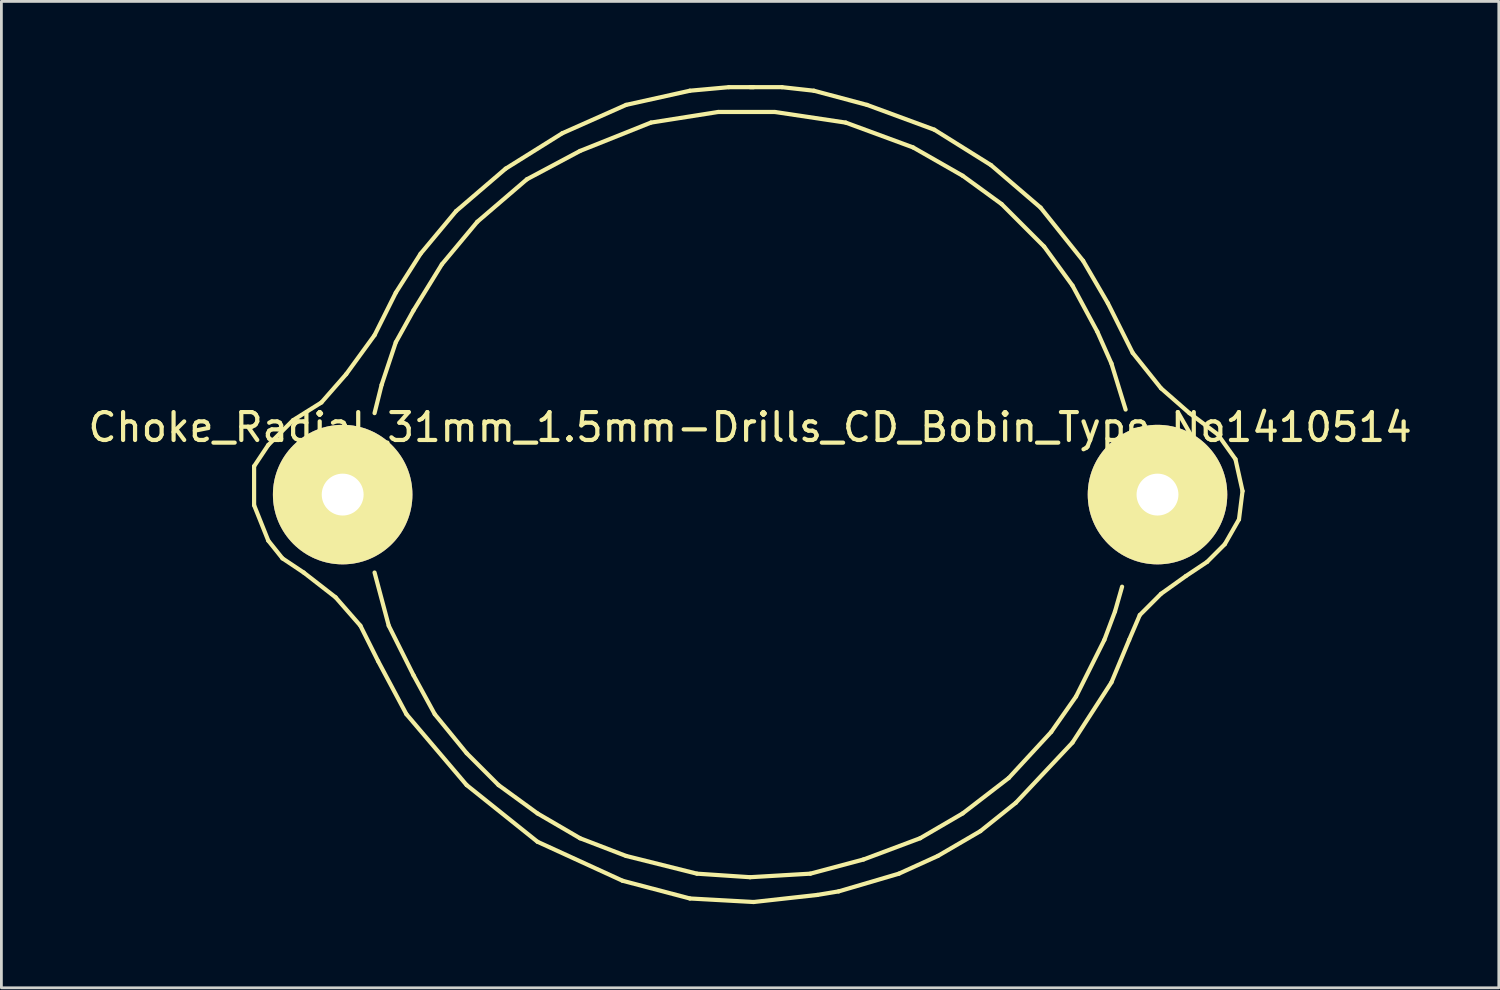
<source format=kicad_pcb>
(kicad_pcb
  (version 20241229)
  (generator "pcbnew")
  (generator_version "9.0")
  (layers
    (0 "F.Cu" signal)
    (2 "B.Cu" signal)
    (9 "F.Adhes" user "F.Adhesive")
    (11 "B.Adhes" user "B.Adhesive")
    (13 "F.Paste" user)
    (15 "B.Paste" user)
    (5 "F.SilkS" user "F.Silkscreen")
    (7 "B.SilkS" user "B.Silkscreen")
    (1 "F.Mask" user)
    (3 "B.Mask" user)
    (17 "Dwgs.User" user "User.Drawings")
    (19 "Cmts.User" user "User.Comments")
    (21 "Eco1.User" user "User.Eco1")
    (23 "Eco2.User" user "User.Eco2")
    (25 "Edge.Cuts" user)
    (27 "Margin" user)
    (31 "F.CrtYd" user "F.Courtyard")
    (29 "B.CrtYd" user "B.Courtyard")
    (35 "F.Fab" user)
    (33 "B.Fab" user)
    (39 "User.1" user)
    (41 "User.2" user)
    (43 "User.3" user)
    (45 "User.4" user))
  (footprint "Choke_Radial_31mm_1.5mm-Drills_CD_Bobin_Type_No1410514"
    (layer "F.Cu")
    (at 23.839 14.68)
    (property "Reference" "Choke_Radial_31mm_1.5mm-Drills_CD_Bobin_Type_No1410514" (at 0 -2.413 0) (layer "F.SilkS") (effects (font (size 1 1) (thickness 0.15))))
    (attr through_hole)
    (fp_line (start -17.78 -1.016) (end -17.272 -1.778) (stroke (width 0.15) (type solid)) (layer "F.SilkS"))
    (fp_line (start -17.78 0.381) (end -17.78 -1.016) (stroke (width 0.15) (type solid)) (layer "F.SilkS"))
    (fp_line (start -17.272 -1.778) (end -16.383 -2.667) (stroke (width 0.15) (type solid)) (layer "F.SilkS"))
    (fp_line (start -17.272 1.651) (end -17.78 0.381) (stroke (width 0.15) (type solid)) (layer "F.SilkS"))
    (fp_line (start -16.764 2.286) (end -17.272 1.651) (stroke (width 0.15) (type solid)) (layer "F.SilkS"))
    (fp_line (start -16.383 -2.667) (end -15.367 -3.302) (stroke (width 0.15) (type solid)) (layer "F.SilkS"))
    (fp_line (start -16.002 2.794) (end -16.764 2.286) (stroke (width 0.15) (type solid)) (layer "F.SilkS"))
    (fp_line (start -15.367 -3.302) (end -14.478 -4.318) (stroke (width 0.15) (type solid)) (layer "F.SilkS"))
    (fp_line (start -14.859 3.683) (end -16.002 2.794) (stroke (width 0.15) (type solid)) (layer "F.SilkS"))
    (fp_line (start -14.478 -4.318) (end -13.462 -5.715) (stroke (width 0.15) (type solid)) (layer "F.SilkS"))
    (fp_line (start -13.97 4.699) (end -14.859 3.683) (stroke (width 0.15) (type solid)) (layer "F.SilkS"))
    (fp_line (start -13.462 -5.715) (end -12.7 -7.239) (stroke (width 0.15) (type solid)) (layer "F.SilkS"))
    (fp_line (start -13.462 -2.921) (end -13.208 -3.937) (stroke (width 0.15) (type solid)) (layer "F.SilkS"))
    (fp_line (start -13.335 5.969) (end -13.97 4.699) (stroke (width 0.15) (type solid)) (layer "F.SilkS"))
    (fp_line (start -13.208 -3.937) (end -12.7 -5.461) (stroke (width 0.15) (type solid)) (layer "F.SilkS"))
    (fp_line (start -12.954 4.699) (end -13.462 2.794) (stroke (width 0.15) (type solid)) (layer "F.SilkS"))
    (fp_line (start -12.7 -7.239) (end -11.811 -8.636) (stroke (width 0.15) (type solid)) (layer "F.SilkS"))
    (fp_line (start -12.7 -5.461) (end -12.065 -6.604) (stroke (width 0.15) (type solid)) (layer "F.SilkS"))
    (fp_line (start -12.319 7.874) (end -13.335 5.969) (stroke (width 0.15) (type solid)) (layer "F.SilkS"))
    (fp_line (start -12.065 -6.604) (end -11.049 -8.255) (stroke (width 0.15) (type solid)) (layer "F.SilkS"))
    (fp_line (start -12.065 6.477) (end -12.954 4.699) (stroke (width 0.15) (type solid)) (layer "F.SilkS"))
    (fp_line (start -11.811 -8.636) (end -10.541 -10.16) (stroke (width 0.15) (type solid)) (layer "F.SilkS"))
    (fp_line (start -11.303 7.874) (end -12.065 6.477) (stroke (width 0.15) (type solid)) (layer "F.SilkS"))
    (fp_line (start -11.049 -8.255) (end -9.779 -9.779) (stroke (width 0.15) (type solid)) (layer "F.SilkS"))
    (fp_line (start -10.541 -10.16) (end -8.763 -11.684) (stroke (width 0.15) (type solid)) (layer "F.SilkS"))
    (fp_line (start -10.16 9.271) (end -11.303 7.874) (stroke (width 0.15) (type solid)) (layer "F.SilkS"))
    (fp_line (start -10.16 10.414) (end -12.319 7.874) (stroke (width 0.15) (type solid)) (layer "F.SilkS"))
    (fp_line (start -9.779 -9.779) (end -8.001 -11.303) (stroke (width 0.15) (type solid)) (layer "F.SilkS"))
    (fp_line (start -9.017 10.414) (end -10.16 9.271) (stroke (width 0.15) (type solid)) (layer "F.SilkS"))
    (fp_line (start -8.763 -11.684) (end -6.731 -12.954) (stroke (width 0.15) (type solid)) (layer "F.SilkS"))
    (fp_line (start -8.001 -11.303) (end -6.096 -12.319) (stroke (width 0.15) (type solid)) (layer "F.SilkS"))
    (fp_line (start -7.62 11.43) (end -9.017 10.414) (stroke (width 0.15) (type solid)) (layer "F.SilkS"))
    (fp_line (start -7.62 12.446) (end -10.16 10.414) (stroke (width 0.15) (type solid)) (layer "F.SilkS"))
    (fp_line (start -6.731 -12.954) (end -4.445 -13.97) (stroke (width 0.15) (type solid)) (layer "F.SilkS"))
    (fp_line (start -6.096 -12.319) (end -3.556 -13.335) (stroke (width 0.15) (type solid)) (layer "F.SilkS"))
    (fp_line (start -6.096 12.319) (end -7.62 11.43) (stroke (width 0.15) (type solid)) (layer "F.SilkS"))
    (fp_line (start -4.572 13.843) (end -7.62 12.446) (stroke (width 0.15) (type solid)) (layer "F.SilkS"))
    (fp_line (start -4.445 -13.97) (end -2.159 -14.478) (stroke (width 0.15) (type solid)) (layer "F.SilkS"))
    (fp_line (start -4.445 12.954) (end -6.096 12.319) (stroke (width 0.15) (type solid)) (layer "F.SilkS"))
    (fp_line (start -3.556 -13.335) (end -1.143 -13.716) (stroke (width 0.15) (type solid)) (layer "F.SilkS"))
    (fp_line (start -2.159 -14.478) (end -0.762 -14.605) (stroke (width 0.15) (type solid)) (layer "F.SilkS"))
    (fp_line (start -2.159 14.478) (end -4.572 13.843) (stroke (width 0.15) (type solid)) (layer "F.SilkS"))
    (fp_line (start -1.905 13.589) (end -4.445 12.954) (stroke (width 0.15) (type solid)) (layer "F.SilkS"))
    (fp_line (start -1.143 -13.716) (end 0.889 -13.716) (stroke (width 0.15) (type solid)) (layer "F.SilkS"))
    (fp_line (start -0.762 -14.605) (end 0.127 -14.605) (stroke (width 0.15) (type solid)) (layer "F.SilkS"))
    (fp_line (start 0 -14.605) (end 1.143 -14.605) (stroke (width 0.15) (type solid)) (layer "F.SilkS"))
    (fp_line (start 0 13.716) (end -1.905 13.589) (stroke (width 0.15) (type solid)) (layer "F.SilkS"))
    (fp_line (start 0.127 14.605) (end -2.159 14.478) (stroke (width 0.15) (type solid)) (layer "F.SilkS"))
    (fp_line (start 0.889 -13.716) (end 3.429 -13.335) (stroke (width 0.15) (type solid)) (layer "F.SilkS"))
    (fp_line (start 1.143 -14.605) (end 2.286 -14.478) (stroke (width 0.15) (type solid)) (layer "F.SilkS"))
    (fp_line (start 2.159 13.589) (end 0 13.716) (stroke (width 0.15) (type solid)) (layer "F.SilkS"))
    (fp_line (start 2.286 -14.478) (end 4.191 -13.97) (stroke (width 0.15) (type solid)) (layer "F.SilkS"))
    (fp_line (start 2.413 14.351) (end 0.127 14.605) (stroke (width 0.15) (type solid)) (layer "F.SilkS"))
    (fp_line (start 3.175 14.224) (end 2.413 14.351) (stroke (width 0.15) (type solid)) (layer "F.SilkS"))
    (fp_line (start 3.429 -13.335) (end 5.842 -12.446) (stroke (width 0.15) (type solid)) (layer "F.SilkS"))
    (fp_line (start 4.064 13.081) (end 2.159 13.589) (stroke (width 0.15) (type solid)) (layer "F.SilkS"))
    (fp_line (start 4.191 -13.97) (end 6.604 -13.081) (stroke (width 0.15) (type solid)) (layer "F.SilkS"))
    (fp_line (start 5.334 13.589) (end 3.175 14.224) (stroke (width 0.15) (type solid)) (layer "F.SilkS"))
    (fp_line (start 5.842 -12.446) (end 7.62 -11.43) (stroke (width 0.15) (type solid)) (layer "F.SilkS"))
    (fp_line (start 6.096 12.319) (end 4.064 13.081) (stroke (width 0.15) (type solid)) (layer "F.SilkS"))
    (fp_line (start 6.604 -13.081) (end 8.636 -11.811) (stroke (width 0.15) (type solid)) (layer "F.SilkS"))
    (fp_line (start 6.731 12.954) (end 5.334 13.589) (stroke (width 0.15) (type solid)) (layer "F.SilkS"))
    (fp_line (start 7.62 -11.43) (end 9.017 -10.414) (stroke (width 0.15) (type solid)) (layer "F.SilkS"))
    (fp_line (start 7.62 11.43) (end 6.096 12.319) (stroke (width 0.15) (type solid)) (layer "F.SilkS"))
    (fp_line (start 8.255 12.065) (end 6.731 12.954) (stroke (width 0.15) (type solid)) (layer "F.SilkS"))
    (fp_line (start 8.636 -11.811) (end 10.414 -10.287) (stroke (width 0.15) (type solid)) (layer "F.SilkS"))
    (fp_line (start 9.017 -10.414) (end 10.541 -8.89) (stroke (width 0.15) (type solid)) (layer "F.SilkS"))
    (fp_line (start 9.271 10.16) (end 7.62 11.43) (stroke (width 0.15) (type solid)) (layer "F.SilkS"))
    (fp_line (start 9.525 11.049) (end 8.255 12.065) (stroke (width 0.15) (type solid)) (layer "F.SilkS"))
    (fp_line (start 10.414 -10.287) (end 11.938 -8.382) (stroke (width 0.15) (type solid)) (layer "F.SilkS"))
    (fp_line (start 10.541 -8.89) (end 11.557 -7.493) (stroke (width 0.15) (type solid)) (layer "F.SilkS"))
    (fp_line (start 10.795 8.509) (end 9.271 10.16) (stroke (width 0.15) (type solid)) (layer "F.SilkS"))
    (fp_line (start 11.557 -7.493) (end 12.446 -5.842) (stroke (width 0.15) (type solid)) (layer "F.SilkS"))
    (fp_line (start 11.557 8.89) (end 9.525 11.049) (stroke (width 0.15) (type solid)) (layer "F.SilkS"))
    (fp_line (start 11.684 7.239) (end 10.795 8.509) (stroke (width 0.15) (type solid)) (layer "F.SilkS"))
    (fp_line (start 11.938 -8.382) (end 12.827 -6.858) (stroke (width 0.15) (type solid)) (layer "F.SilkS"))
    (fp_line (start 12.446 -5.842) (end 12.954 -4.699) (stroke (width 0.15) (type solid)) (layer "F.SilkS"))
    (fp_line (start 12.7 5.207) (end 11.684 7.239) (stroke (width 0.15) (type solid)) (layer "F.SilkS"))
    (fp_line (start 12.827 -6.858) (end 13.716 -5.08) (stroke (width 0.15) (type solid)) (layer "F.SilkS"))
    (fp_line (start 12.954 -4.699) (end 13.462 -3.048) (stroke (width 0.15) (type solid)) (layer "F.SilkS"))
    (fp_line (start 12.954 6.731) (end 11.557 8.89) (stroke (width 0.15) (type solid)) (layer "F.SilkS"))
    (fp_line (start 13.081 4.191) (end 12.7 5.207) (stroke (width 0.15) (type solid)) (layer "F.SilkS"))
    (fp_line (start 13.335 3.302) (end 13.081 4.191) (stroke (width 0.15) (type solid)) (layer "F.SilkS"))
    (fp_line (start 13.589 5.207) (end 12.954 6.731) (stroke (width 0.15) (type solid)) (layer "F.SilkS"))
    (fp_line (start 13.716 -5.08) (end 14.732 -3.81) (stroke (width 0.15) (type solid)) (layer "F.SilkS"))
    (fp_line (start 13.97 4.318) (end 13.589 5.207) (stroke (width 0.15) (type solid)) (layer "F.SilkS"))
    (fp_line (start 14.732 -3.81) (end 15.748 -2.921) (stroke (width 0.15) (type solid)) (layer "F.SilkS"))
    (fp_line (start 14.732 3.556) (end 13.97 4.318) (stroke (width 0.15) (type solid)) (layer "F.SilkS"))
    (fp_line (start 15.621 2.921) (end 14.732 3.556) (stroke (width 0.15) (type solid)) (layer "F.SilkS"))
    (fp_line (start 15.748 -2.921) (end 16.764 -2.159) (stroke (width 0.15) (type solid)) (layer "F.SilkS"))
    (fp_line (start 16.383 2.413) (end 15.621 2.921) (stroke (width 0.15) (type solid)) (layer "F.SilkS"))
    (fp_line (start 16.764 -2.159) (end 17.399 -1.27) (stroke (width 0.15) (type solid)) (layer "F.SilkS"))
    (fp_line (start 17.018 1.778) (end 16.383 2.413) (stroke (width 0.15) (type solid)) (layer "F.SilkS"))
    (fp_line (start 17.399 -1.27) (end 17.653 -0.127) (stroke (width 0.15) (type solid)) (layer "F.SilkS"))
    (fp_line (start 17.526 0.889) (end 17.018 1.778) (stroke (width 0.15) (type solid)) (layer "F.SilkS"))
    (fp_line (start 17.653 -0.127) (end 17.526 0.889) (stroke (width 0.15) (type solid)) (layer "F.SilkS"))
    (pad "1" thru_hole circle (at 14.605 0) (size 5.001 5.001) (drill 1.501) (layers "*.Cu" "*.Mask" "F.SilkS"))
    (pad "2" thru_hole circle (at -14.605 0) (size 5.001 5.001) (drill 1.501) (layers "*.Cu" "*.Mask" "F.SilkS")))
  (gr_rect
    (start -3 -3)
    (end 50.679 32.36)
    (stroke (width 0.1) (type default))
    (fill no)
    (layer "Edge.Cuts")))
</source>
